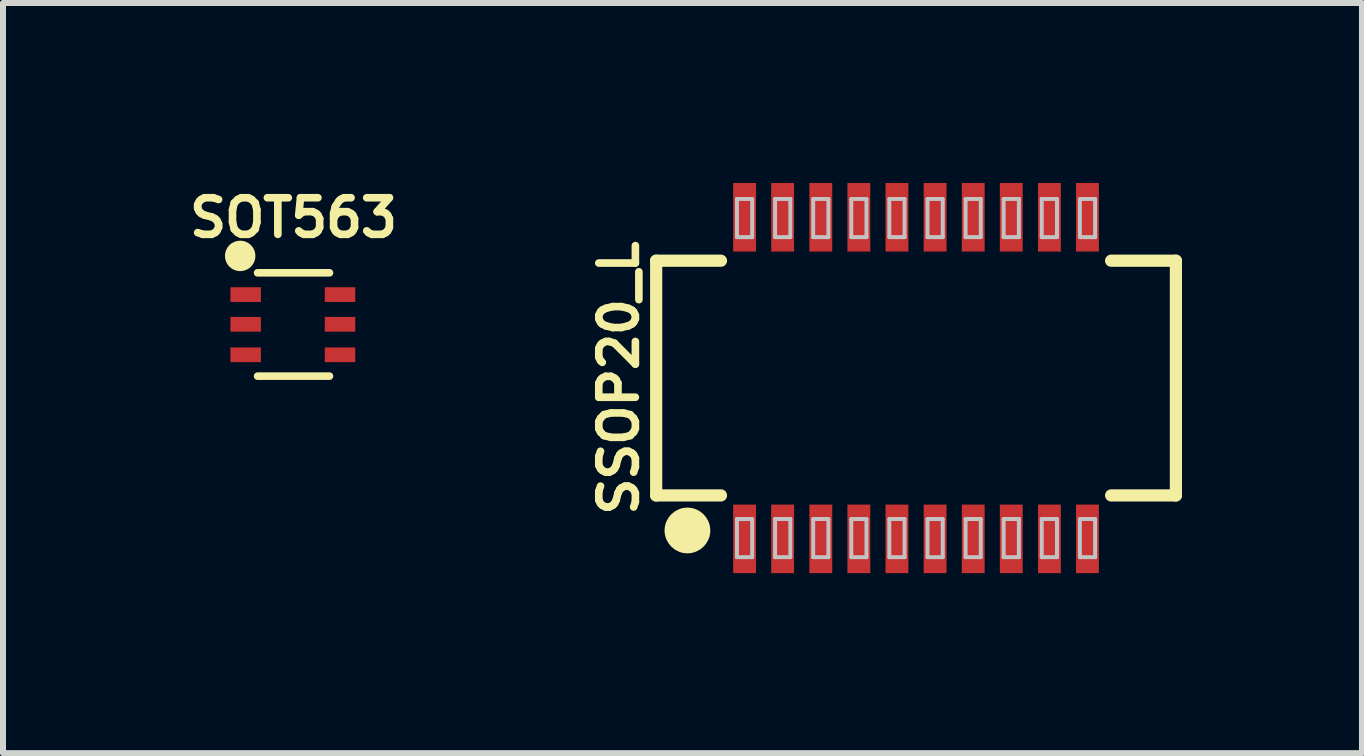
<source format=kicad_pcb>
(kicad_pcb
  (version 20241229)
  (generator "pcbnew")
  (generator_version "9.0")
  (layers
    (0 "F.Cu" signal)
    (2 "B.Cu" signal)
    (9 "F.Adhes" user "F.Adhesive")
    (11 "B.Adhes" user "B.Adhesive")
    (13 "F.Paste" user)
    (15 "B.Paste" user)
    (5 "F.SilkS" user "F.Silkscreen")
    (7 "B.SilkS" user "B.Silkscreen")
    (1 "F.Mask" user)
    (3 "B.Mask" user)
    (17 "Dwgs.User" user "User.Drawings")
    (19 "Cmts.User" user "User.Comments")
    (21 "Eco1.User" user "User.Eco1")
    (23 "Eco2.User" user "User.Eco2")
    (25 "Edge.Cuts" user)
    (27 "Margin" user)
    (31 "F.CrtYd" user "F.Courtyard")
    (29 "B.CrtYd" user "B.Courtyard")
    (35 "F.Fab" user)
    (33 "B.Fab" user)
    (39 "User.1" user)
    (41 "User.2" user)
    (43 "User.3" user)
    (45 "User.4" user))
  (footprint "SOT563"
    (layer "F.Cu")
    (at 1.842 2.358)
    (property "Reference" "SOT563" (at 0 -1.778 0) (layer "F.SilkS") (effects (font (size 0.61 0.61) (thickness 0.127))))
    (attr smd)
    (fp_line (start -0.599 -0.861) (end 0.599 -0.861) (stroke (width 0.127) (type solid)) (layer "F.SilkS"))
    (fp_line (start -0.599 0.861) (end 0.599 0.861) (stroke (width 0.127) (type solid)) (layer "F.SilkS"))
    (fp_circle (center -0.889 -1.143) (end -0.762 -1.143) (stroke (width 0.254) (type solid)) (fill no) (layer "F.SilkS"))
    (pad "1" smd rect (at -0.798 -0.498 270) (size 0.246 0.508) (layers "F.Cu" "F.Mask" "F.Paste"))
    (pad "2" smd rect (at -0.798 -0.003 270) (size 0.246 0.508) (layers "F.Cu" "F.Mask" "F.Paste"))
    (pad "3" smd rect (at -0.798 0.505 270) (size 0.246 0.508) (layers "F.Cu" "F.Mask" "F.Paste"))
    (pad "4" smd rect (at 0.775 0.505 270) (size 0.246 0.508) (layers "F.Cu" "F.Mask" "F.Paste"))
    (pad "5" smd rect (at 0.775 -0.003 270) (size 0.246 0.508) (layers "F.Cu" "F.Mask" "F.Paste"))
    (pad "6" smd rect (at 0.775 -0.498 270) (size 0.246 0.508) (layers "F.Cu" "F.Mask" "F.Paste")))
  (footprint "SSOP20_L"
    (layer "F.Cu")
    (at 12.217 3.251)
    (property "Reference" "SSOP20_L" (at -4.953 0 90) (layer "F.SilkS") (effects (font (size 0.61 0.61) (thickness 0.127))))
    (attr smd)
    (fp_line (start -4.331 -1.956) (end -4.331 1.956) (stroke (width 0.203) (type solid)) (layer "F.SilkS"))
    (fp_line (start -4.331 -1.956) (end -3.251 -1.956) (stroke (width 0.203) (type solid)) (layer "F.SilkS"))
    (fp_line (start -4.331 1.956) (end -3.251 1.956) (stroke (width 0.203) (type solid)) (layer "F.SilkS"))
    (fp_line (start 3.251 -1.956) (end 4.331 -1.956) (stroke (width 0.203) (type solid)) (layer "F.SilkS"))
    (fp_line (start 3.251 1.956) (end 4.331 1.956) (stroke (width 0.203) (type solid)) (layer "F.SilkS"))
    (fp_line (start 4.331 1.956) (end 4.331 -1.956) (stroke (width 0.203) (type solid)) (layer "F.SilkS"))
    (fp_circle (center -3.81 2.54) (end -3.81 2.286) (stroke (width 0) (type solid)) (fill yes) (layer "F.SilkS"))
    (fp_circle (center -3.81 2.54) (end -3.683 2.54) (stroke (width 0.254) (type solid)) (fill no) (layer "F.SilkS"))
    (fp_circle (center -3.81 2.54) (end -3.556 2.54) (stroke (width 0.254) (type solid)) (fill no) (layer "F.SilkS"))
    (fp_line (start -2.985 -2.985) (end -2.731 -2.985) (stroke (width 0.066) (type solid)) (layer "Dwgs.User"))
    (fp_line (start -2.985 -2.349) (end -2.985 -2.985) (stroke (width 0.066) (type solid)) (layer "Dwgs.User"))
    (fp_line (start -2.985 -2.349) (end -2.731 -2.349) (stroke (width 0.066) (type solid)) (layer "Dwgs.User"))
    (fp_line (start -2.985 2.349) (end -2.731 2.349) (stroke (width 0.066) (type solid)) (layer "Dwgs.User"))
    (fp_line (start -2.985 2.985) (end -2.985 2.349) (stroke (width 0.066) (type solid)) (layer "Dwgs.User"))
    (fp_line (start -2.985 2.985) (end -2.731 2.985) (stroke (width 0.066) (type solid)) (layer "Dwgs.User"))
    (fp_line (start -2.731 -2.349) (end -2.731 -2.985) (stroke (width 0.066) (type solid)) (layer "Dwgs.User"))
    (fp_line (start -2.731 2.985) (end -2.731 2.349) (stroke (width 0.066) (type solid)) (layer "Dwgs.User"))
    (fp_line (start -2.349 -2.985) (end -2.095 -2.985) (stroke (width 0.066) (type solid)) (layer "Dwgs.User"))
    (fp_line (start -2.349 -2.349) (end -2.349 -2.985) (stroke (width 0.066) (type solid)) (layer "Dwgs.User"))
    (fp_line (start -2.349 -2.349) (end -2.095 -2.349) (stroke (width 0.066) (type solid)) (layer "Dwgs.User"))
    (fp_line (start -2.349 2.349) (end -2.095 2.349) (stroke (width 0.066) (type solid)) (layer "Dwgs.User"))
    (fp_line (start -2.349 2.985) (end -2.349 2.349) (stroke (width 0.066) (type solid)) (layer "Dwgs.User"))
    (fp_line (start -2.349 2.985) (end -2.095 2.985) (stroke (width 0.066) (type solid)) (layer "Dwgs.User"))
    (fp_line (start -2.095 -2.349) (end -2.095 -2.985) (stroke (width 0.066) (type solid)) (layer "Dwgs.User"))
    (fp_line (start -2.095 2.985) (end -2.095 2.349) (stroke (width 0.066) (type solid)) (layer "Dwgs.User"))
    (fp_line (start -1.714 -2.985) (end -1.46 -2.985) (stroke (width 0.066) (type solid)) (layer "Dwgs.User"))
    (fp_line (start -1.714 -2.349) (end -1.714 -2.985) (stroke (width 0.066) (type solid)) (layer "Dwgs.User"))
    (fp_line (start -1.714 -2.349) (end -1.46 -2.349) (stroke (width 0.066) (type solid)) (layer "Dwgs.User"))
    (fp_line (start -1.714 2.349) (end -1.46 2.349) (stroke (width 0.066) (type solid)) (layer "Dwgs.User"))
    (fp_line (start -1.714 2.985) (end -1.714 2.349) (stroke (width 0.066) (type solid)) (layer "Dwgs.User"))
    (fp_line (start -1.714 2.985) (end -1.46 2.985) (stroke (width 0.066) (type solid)) (layer "Dwgs.User"))
    (fp_line (start -1.46 -2.349) (end -1.46 -2.985) (stroke (width 0.066) (type solid)) (layer "Dwgs.User"))
    (fp_line (start -1.46 2.985) (end -1.46 2.349) (stroke (width 0.066) (type solid)) (layer "Dwgs.User"))
    (fp_line (start -1.079 -2.985) (end -0.826 -2.985) (stroke (width 0.066) (type solid)) (layer "Dwgs.User"))
    (fp_line (start -1.079 -2.349) (end -1.079 -2.985) (stroke (width 0.066) (type solid)) (layer "Dwgs.User"))
    (fp_line (start -1.079 -2.349) (end -0.826 -2.349) (stroke (width 0.066) (type solid)) (layer "Dwgs.User"))
    (fp_line (start -1.079 2.349) (end -0.826 2.349) (stroke (width 0.066) (type solid)) (layer "Dwgs.User"))
    (fp_line (start -1.079 2.985) (end -1.079 2.349) (stroke (width 0.066) (type solid)) (layer "Dwgs.User"))
    (fp_line (start -1.079 2.985) (end -0.826 2.985) (stroke (width 0.066) (type solid)) (layer "Dwgs.User"))
    (fp_line (start -0.826 -2.349) (end -0.826 -2.985) (stroke (width 0.066) (type solid)) (layer "Dwgs.User"))
    (fp_line (start -0.826 2.985) (end -0.826 2.349) (stroke (width 0.066) (type solid)) (layer "Dwgs.User"))
    (fp_line (start -0.445 -2.985) (end -0.191 -2.985) (stroke (width 0.066) (type solid)) (layer "Dwgs.User"))
    (fp_line (start -0.445 -2.349) (end -0.445 -2.985) (stroke (width 0.066) (type solid)) (layer "Dwgs.User"))
    (fp_line (start -0.445 -2.349) (end -0.191 -2.349) (stroke (width 0.066) (type solid)) (layer "Dwgs.User"))
    (fp_line (start -0.445 2.349) (end -0.191 2.349) (stroke (width 0.066) (type solid)) (layer "Dwgs.User"))
    (fp_line (start -0.445 2.985) (end -0.445 2.349) (stroke (width 0.066) (type solid)) (layer "Dwgs.User"))
    (fp_line (start -0.445 2.985) (end -0.191 2.985) (stroke (width 0.066) (type solid)) (layer "Dwgs.User"))
    (fp_line (start -0.191 -2.349) (end -0.191 -2.985) (stroke (width 0.066) (type solid)) (layer "Dwgs.User"))
    (fp_line (start -0.191 2.985) (end -0.191 2.349) (stroke (width 0.066) (type solid)) (layer "Dwgs.User"))
    (fp_line (start 0.191 -2.985) (end 0.445 -2.985) (stroke (width 0.066) (type solid)) (layer "Dwgs.User"))
    (fp_line (start 0.191 -2.349) (end 0.191 -2.985) (stroke (width 0.066) (type solid)) (layer "Dwgs.User"))
    (fp_line (start 0.191 -2.349) (end 0.445 -2.349) (stroke (width 0.066) (type solid)) (layer "Dwgs.User"))
    (fp_line (start 0.191 2.349) (end 0.445 2.349) (stroke (width 0.066) (type solid)) (layer "Dwgs.User"))
    (fp_line (start 0.191 2.985) (end 0.191 2.349) (stroke (width 0.066) (type solid)) (layer "Dwgs.User"))
    (fp_line (start 0.191 2.985) (end 0.445 2.985) (stroke (width 0.066) (type solid)) (layer "Dwgs.User"))
    (fp_line (start 0.445 -2.349) (end 0.445 -2.985) (stroke (width 0.066) (type solid)) (layer "Dwgs.User"))
    (fp_line (start 0.445 2.985) (end 0.445 2.349) (stroke (width 0.066) (type solid)) (layer "Dwgs.User"))
    (fp_line (start 0.826 -2.985) (end 1.079 -2.985) (stroke (width 0.066) (type solid)) (layer "Dwgs.User"))
    (fp_line (start 0.826 -2.349) (end 0.826 -2.985) (stroke (width 0.066) (type solid)) (layer "Dwgs.User"))
    (fp_line (start 0.826 -2.349) (end 1.079 -2.349) (stroke (width 0.066) (type solid)) (layer "Dwgs.User"))
    (fp_line (start 0.826 2.349) (end 1.079 2.349) (stroke (width 0.066) (type solid)) (layer "Dwgs.User"))
    (fp_line (start 0.826 2.985) (end 0.826 2.349) (stroke (width 0.066) (type solid)) (layer "Dwgs.User"))
    (fp_line (start 0.826 2.985) (end 1.079 2.985) (stroke (width 0.066) (type solid)) (layer "Dwgs.User"))
    (fp_line (start 1.079 -2.349) (end 1.079 -2.985) (stroke (width 0.066) (type solid)) (layer "Dwgs.User"))
    (fp_line (start 1.079 2.985) (end 1.079 2.349) (stroke (width 0.066) (type solid)) (layer "Dwgs.User"))
    (fp_line (start 1.46 -2.985) (end 1.714 -2.985) (stroke (width 0.066) (type solid)) (layer "Dwgs.User"))
    (fp_line (start 1.46 -2.349) (end 1.46 -2.985) (stroke (width 0.066) (type solid)) (layer "Dwgs.User"))
    (fp_line (start 1.46 -2.349) (end 1.714 -2.349) (stroke (width 0.066) (type solid)) (layer "Dwgs.User"))
    (fp_line (start 1.46 2.349) (end 1.714 2.349) (stroke (width 0.066) (type solid)) (layer "Dwgs.User"))
    (fp_line (start 1.46 2.985) (end 1.46 2.349) (stroke (width 0.066) (type solid)) (layer "Dwgs.User"))
    (fp_line (start 1.46 2.985) (end 1.714 2.985) (stroke (width 0.066) (type solid)) (layer "Dwgs.User"))
    (fp_line (start 1.714 -2.349) (end 1.714 -2.985) (stroke (width 0.066) (type solid)) (layer "Dwgs.User"))
    (fp_line (start 1.714 2.985) (end 1.714 2.349) (stroke (width 0.066) (type solid)) (layer "Dwgs.User"))
    (fp_line (start 2.095 -2.985) (end 2.349 -2.985) (stroke (width 0.066) (type solid)) (layer "Dwgs.User"))
    (fp_line (start 2.095 -2.349) (end 2.095 -2.985) (stroke (width 0.066) (type solid)) (layer "Dwgs.User"))
    (fp_line (start 2.095 -2.349) (end 2.349 -2.349) (stroke (width 0.066) (type solid)) (layer "Dwgs.User"))
    (fp_line (start 2.095 2.349) (end 2.349 2.349) (stroke (width 0.066) (type solid)) (layer "Dwgs.User"))
    (fp_line (start 2.095 2.985) (end 2.095 2.349) (stroke (width 0.066) (type solid)) (layer "Dwgs.User"))
    (fp_line (start 2.095 2.985) (end 2.349 2.985) (stroke (width 0.066) (type solid)) (layer "Dwgs.User"))
    (fp_line (start 2.349 -2.349) (end 2.349 -2.985) (stroke (width 0.066) (type solid)) (layer "Dwgs.User"))
    (fp_line (start 2.349 2.985) (end 2.349 2.349) (stroke (width 0.066) (type solid)) (layer "Dwgs.User"))
    (fp_line (start 2.731 -2.985) (end 2.985 -2.985) (stroke (width 0.066) (type solid)) (layer "Dwgs.User"))
    (fp_line (start 2.731 -2.349) (end 2.731 -2.985) (stroke (width 0.066) (type solid)) (layer "Dwgs.User"))
    (fp_line (start 2.731 -2.349) (end 2.985 -2.349) (stroke (width 0.066) (type solid)) (layer "Dwgs.User"))
    (fp_line (start 2.731 2.349) (end 2.985 2.349) (stroke (width 0.066) (type solid)) (layer "Dwgs.User"))
    (fp_line (start 2.731 2.985) (end 2.731 2.349) (stroke (width 0.066) (type solid)) (layer "Dwgs.User"))
    (fp_line (start 2.731 2.985) (end 2.985 2.985) (stroke (width 0.066) (type solid)) (layer "Dwgs.User"))
    (fp_line (start 2.985 -2.349) (end 2.985 -2.985) (stroke (width 0.066) (type solid)) (layer "Dwgs.User"))
    (fp_line (start 2.985 2.985) (end 2.985 2.349) (stroke (width 0.066) (type solid)) (layer "Dwgs.User"))
    (pad "1" smd rect (at -2.857 2.68 180) (size 0.381 1.143) (layers "F.Cu" "F.Mask" "F.Paste"))
    (pad "2" smd rect (at -2.223 2.68 180) (size 0.381 1.143) (layers "F.Cu" "F.Mask" "F.Paste"))
    (pad "3" smd rect (at -1.587 2.68 180) (size 0.381 1.143) (layers "F.Cu" "F.Mask" "F.Paste"))
    (pad "4" smd rect (at -0.953 2.68 180) (size 0.381 1.143) (layers "F.Cu" "F.Mask" "F.Paste"))
    (pad "5" smd rect (at -0.318 2.68 180) (size 0.381 1.143) (layers "F.Cu" "F.Mask" "F.Paste"))
    (pad "6" smd rect (at 0.318 2.68 180) (size 0.381 1.143) (layers "F.Cu" "F.Mask" "F.Paste"))
    (pad "7" smd rect (at 0.953 2.68 180) (size 0.381 1.143) (layers "F.Cu" "F.Mask" "F.Paste"))
    (pad "8" smd rect (at 1.587 2.68 180) (size 0.381 1.143) (layers "F.Cu" "F.Mask" "F.Paste"))
    (pad "9" smd rect (at 2.223 2.68 180) (size 0.381 1.143) (layers "F.Cu" "F.Mask" "F.Paste"))
    (pad "10" smd rect (at 2.857 2.68 180) (size 0.381 1.143) (layers "F.Cu" "F.Mask" "F.Paste"))
    (pad "11" smd rect (at 2.857 -2.68) (size 0.381 1.143) (layers "F.Cu" "F.Mask" "F.Paste"))
    (pad "12" smd rect (at 2.223 -2.68) (size 0.381 1.143) (layers "F.Cu" "F.Mask" "F.Paste"))
    (pad "13" smd rect (at 1.587 -2.68) (size 0.381 1.143) (layers "F.Cu" "F.Mask" "F.Paste"))
    (pad "14" smd rect (at 0.953 -2.68) (size 0.381 1.143) (layers "F.Cu" "F.Mask" "F.Paste"))
    (pad "15" smd rect (at 0.318 -2.68) (size 0.381 1.143) (layers "F.Cu" "F.Mask" "F.Paste"))
    (pad "16" smd rect (at -0.318 -2.68) (size 0.381 1.143) (layers "F.Cu" "F.Mask" "F.Paste"))
    (pad "17" smd rect (at -0.953 -2.68) (size 0.381 1.143) (layers "F.Cu" "F.Mask" "F.Paste"))
    (pad "18" smd rect (at -1.587 -2.68) (size 0.381 1.143) (layers "F.Cu" "F.Mask" "F.Paste"))
    (pad "19" smd rect (at -2.223 -2.68) (size 0.381 1.143) (layers "F.Cu" "F.Mask" "F.Paste"))
    (pad "20" smd rect (at -2.857 -2.68) (size 0.381 1.143) (layers "F.Cu" "F.Mask" "F.Paste")))
  (gr_rect
    (start -3 -3)
    (end 19.649 9.502)
    (stroke (width 0.1) (type default))
    (fill no)
    (layer "Edge.Cuts")))
</source>
